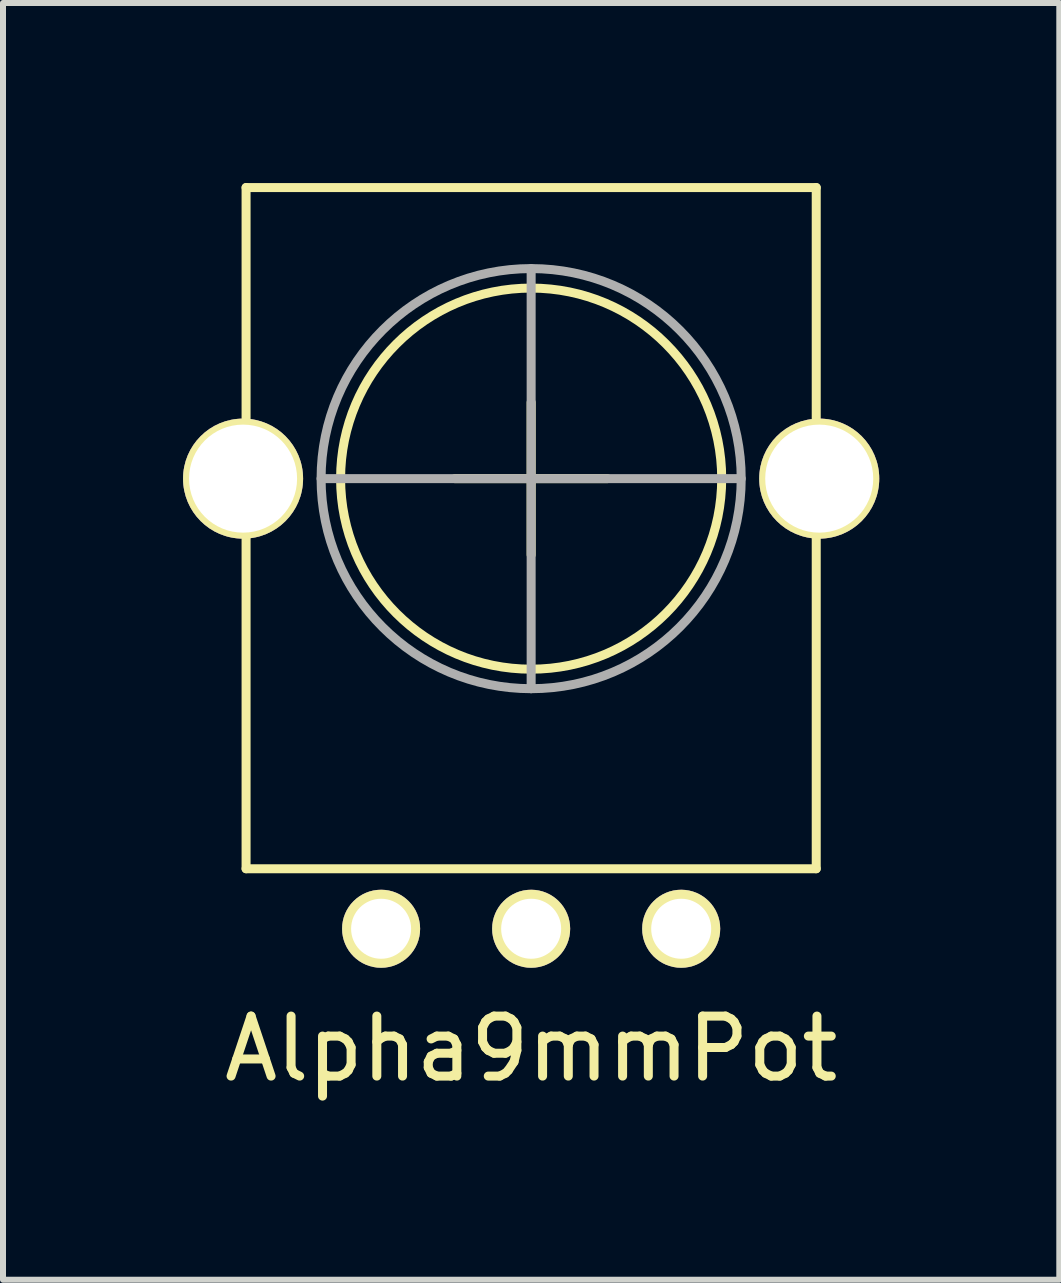
<source format=kicad_pcb>
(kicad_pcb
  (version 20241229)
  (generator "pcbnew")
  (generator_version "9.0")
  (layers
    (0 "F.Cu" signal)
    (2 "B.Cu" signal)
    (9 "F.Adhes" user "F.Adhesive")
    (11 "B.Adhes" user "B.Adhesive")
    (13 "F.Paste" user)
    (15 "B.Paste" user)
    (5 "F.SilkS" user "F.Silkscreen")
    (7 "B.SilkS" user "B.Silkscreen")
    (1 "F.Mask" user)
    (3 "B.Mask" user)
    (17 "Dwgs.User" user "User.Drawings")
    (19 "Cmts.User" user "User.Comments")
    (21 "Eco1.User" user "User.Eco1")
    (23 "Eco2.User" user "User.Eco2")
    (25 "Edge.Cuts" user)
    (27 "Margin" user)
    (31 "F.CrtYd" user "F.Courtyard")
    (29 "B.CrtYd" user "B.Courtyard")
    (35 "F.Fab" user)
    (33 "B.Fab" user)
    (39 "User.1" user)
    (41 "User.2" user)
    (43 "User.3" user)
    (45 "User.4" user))
  (footprint "Alpha9mmPot"
    (layer "F.Cu")
    (at 5.8 4.925)
    (property "Reference" "Alpha9mmPot" (at 0 9.5 0) (layer "F.SilkS") (effects (font (size 1 1) (thickness 0.15))))
    (attr through_hole)
    (fp_line (start -4.75 -4.85) (end -4.75 6.5) (stroke (width 0.15) (type solid)) (layer "F.SilkS"))
    (fp_line (start -4.75 -4.85) (end 4.75 -4.85) (stroke (width 0.15) (type solid)) (layer "F.SilkS"))
    (fp_line (start -4.75 6.5) (end 4.75 6.5) (stroke (width 0.15) (type solid)) (layer "F.SilkS"))
    (fp_line (start -1.27 0) (end 1.27 0) (stroke (width 0.15) (type solid)) (layer "F.SilkS"))
    (fp_line (start 0 -1.27) (end 0 1.27) (stroke (width 0.15) (type solid)) (layer "F.SilkS"))
    (fp_line (start 4.75 -4.85) (end 4.75 6.5) (stroke (width 0.15) (type solid)) (layer "F.SilkS"))
    (fp_circle (center 0 0) (end 3.175 0) (stroke (width 0.15) (type solid)) (fill no) (layer "F.SilkS"))
    (fp_line (start -3.5 0) (end 3.5 0) (stroke (width 0.15) (type solid)) (layer "F.Fab"))
    (fp_line (start 0 -3.5) (end 0 3.5) (stroke (width 0.15) (type solid)) (layer "F.Fab"))
    (fp_circle (center 0 0) (end 3.5 0) (stroke (width 0.15) (type solid)) (fill no) (layer "F.Fab"))
    (pad "" thru_hole circle (at -4.8 0) (size 2 2) (drill 1.8) (layers "*.Cu" "*.Mask" "F.SilkS"))
    (pad "" thru_hole circle (at 4.8 0) (size 2 2) (drill 1.8) (layers "*.Cu" "*.Mask" "F.SilkS"))
    (pad "1" thru_hole circle (at -2.5 7.5) (size 1.3 1.3) (drill 1) (layers "*.Cu" "*.Mask" "F.SilkS"))
    (pad "2" thru_hole circle (at 0 7.5) (size 1.3 1.3) (drill 1) (layers "*.Cu" "*.Mask" "F.SilkS"))
    (pad "3" thru_hole circle (at 2.5 7.5) (size 1.3 1.3) (drill 1) (layers "*.Cu" "*.Mask" "F.SilkS")))
  (gr_rect
    (start -3 -3)
    (end 14.6 18.273)
    (stroke (width 0.1) (type default))
    (fill no)
    (layer "Edge.Cuts")))
</source>
